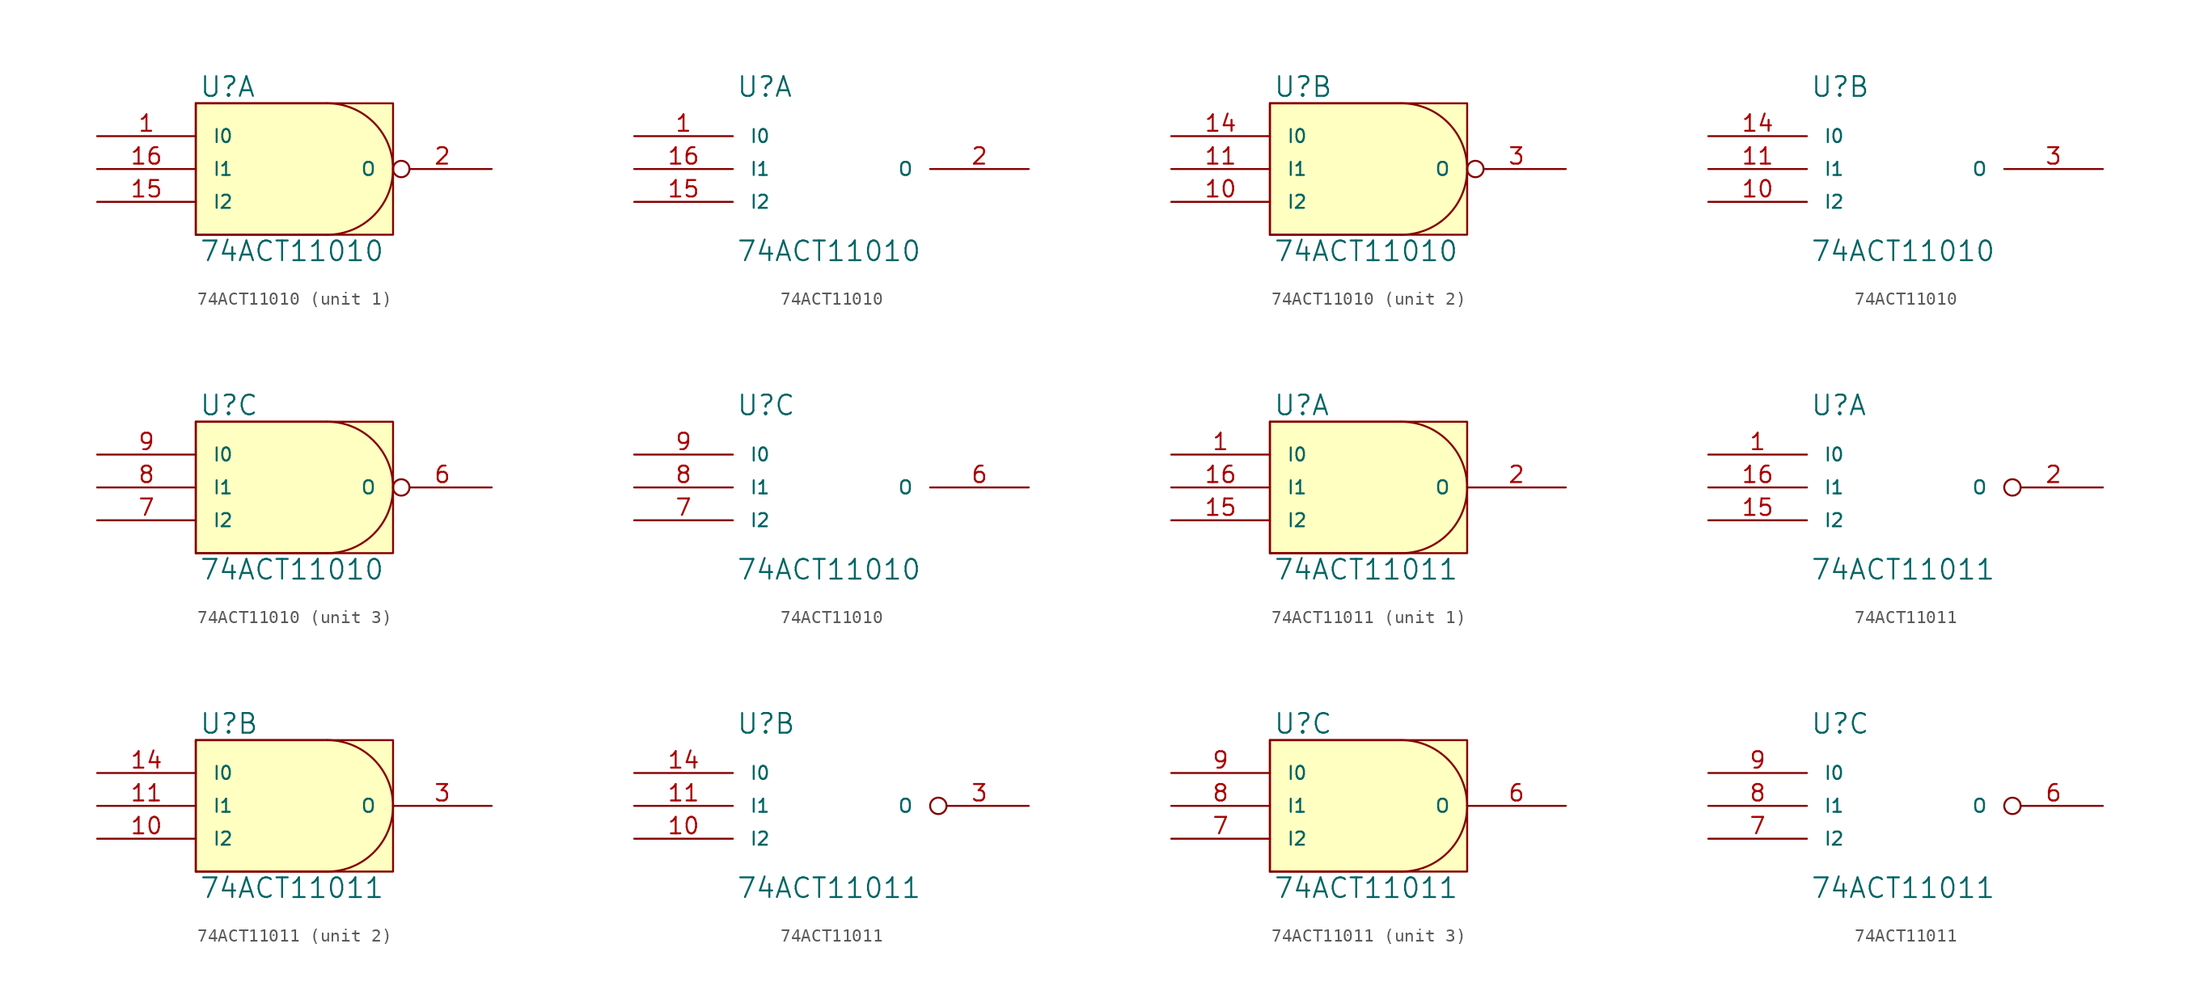
<source format=kicad_sym>
(kicad_symbol_lib
  (version 20231120)
  (generator "kicad_symbol_editor")
  (generator_version "8.0")
  (symbol "74ACT11010"
    (pin_names
      (offset 1.27))
    (property "Reference" "U"
      (at 0.254 0.381 0)
      (effects (font (size 1.524 1.524)) (justify left bottom)))
    (property "Value" "74ACT11010"
      (at 0.254 -10.541 0)
      (effects (font (size 1.524 1.524)) (justify left top)))
    (symbol "74ACT11010_0_1"
      (polyline (pts (xy 0 -10.16) (xy 10.16 -10.16)) (stroke (width 0) (type solid)) (fill (type none)))
      (polyline (pts (xy 0 0) (xy 0 -10.16)) (stroke (width 0) (type solid)) (fill (type none)))
      (polyline (pts (xy 10.16 0) (xy 0 0)) (stroke (width 0) (type solid)) (fill (type none)))
      (rectangle (start 0 0) (end 15.24 -10.16) (stroke (width 0) (type solid)) (fill (type background)))
      (arc (start 10.16 -10.16) (mid 13.7521 -8.6721) (end 15.24 -5.08) (stroke (width 0) (type solid)) (fill (type none)))
      (arc (start 15.24 -5.08) (mid 13.7521 -1.4879) (end 10.16 0) (stroke (width 0) (type solid)) (fill (type none))))
    (symbol "74ACT11010_1_1"
      (pin input line (at -7.62 -2.54 0) (length 7.62) (name "I0" (effects (font (size 1.016 1.016)))) (number "1" (effects (font (size 1.27 1.27)))))
      (pin power_in line (at 2.54 0 270) (length 0) hide (name "VCC" (effects (font (size 1.016 1.016)))) (number "12" (effects (font (size 1.27 1.27)))))
      (pin power_in line (at 0 0 270) (length 0) hide (name "VCC" (effects (font (size 1.016 1.016)))) (number "13" (effects (font (size 1.27 1.27)))))
      (pin input line (at -7.62 -7.62 0) (length 7.62) (name "I2" (effects (font (size 1.016 1.016)))) (number "15" (effects (font (size 1.27 1.27)))))
      (pin input line (at -7.62 -5.08 0) (length 7.62) (name "I1" (effects (font (size 1.016 1.016)))) (number "16" (effects (font (size 1.27 1.27)))))
      (pin output inverted (at 22.86 -5.08 180) (length 7.62) (name "O" (effects (font (size 1.016 1.016)))) (number "2" (effects (font (size 1.27 1.27)))))
      (pin power_in line (at 0 -10.16 90) (length 0) hide (name "GND" (effects (font (size 1.016 1.016)))) (number "4" (effects (font (size 1.27 1.27)))))
      (pin power_in line (at 2.54 -10.16 90) (length 0) hide (name "GND" (effects (font (size 1.016 1.016)))) (number "5" (effects (font (size 1.27 1.27))))))
    (symbol "74ACT11010_1_2"
      (pin input line (at -7.62 -2.54 0) (length 7.62) (name "I0" (effects (font (size 1.016 1.016)))) (number "1" (effects (font (size 1.27 1.27)))))
      (pin power_in line (at 2.54 0 270) (length 0) hide (name "VCC" (effects (font (size 1.016 1.016)))) (number "12" (effects (font (size 1.27 1.27)))))
      (pin power_in line (at 0 0 270) (length 0) hide (name "VCC" (effects (font (size 1.016 1.016)))) (number "13" (effects (font (size 1.27 1.27)))))
      (pin input line (at -7.62 -7.62 0) (length 7.62) (name "I2" (effects (font (size 1.016 1.016)))) (number "15" (effects (font (size 1.27 1.27)))))
      (pin input line (at -7.62 -5.08 0) (length 7.62) (name "I1" (effects (font (size 1.016 1.016)))) (number "16" (effects (font (size 1.27 1.27)))))
      (pin output line (at 22.86 -5.08 180) (length 7.62) (name "O" (effects (font (size 1.016 1.016)))) (number "2" (effects (font (size 1.27 1.27)))))
      (pin power_in line (at 0 -10.16 90) (length 0) hide (name "GND" (effects (font (size 1.016 1.016)))) (number "4" (effects (font (size 1.27 1.27)))))
      (pin power_in line (at 2.54 -10.16 90) (length 0) hide (name "GND" (effects (font (size 1.016 1.016)))) (number "5" (effects (font (size 1.27 1.27))))))
    (symbol "74ACT11010_2_1"
      (pin input line (at -7.62 -7.62 0) (length 7.62) (name "I2" (effects (font (size 1.016 1.016)))) (number "10" (effects (font (size 1.27 1.27)))))
      (pin input line (at -7.62 -5.08 0) (length 7.62) (name "I1" (effects (font (size 1.016 1.016)))) (number "11" (effects (font (size 1.27 1.27)))))
      (pin power_in line (at 2.54 0 270) (length 0) hide (name "VCC" (effects (font (size 1.016 1.016)))) (number "12" (effects (font (size 1.27 1.27)))))
      (pin power_in line (at 0 0 270) (length 0) hide (name "VCC" (effects (font (size 1.016 1.016)))) (number "13" (effects (font (size 1.27 1.27)))))
      (pin input line (at -7.62 -2.54 0) (length 7.62) (name "I0" (effects (font (size 1.016 1.016)))) (number "14" (effects (font (size 1.27 1.27)))))
      (pin output inverted (at 22.86 -5.08 180) (length 7.62) (name "O" (effects (font (size 1.016 1.016)))) (number "3" (effects (font (size 1.27 1.27)))))
      (pin power_in line (at 0 -10.16 90) (length 0) hide (name "GND" (effects (font (size 1.016 1.016)))) (number "4" (effects (font (size 1.27 1.27)))))
      (pin power_in line (at 2.54 -10.16 90) (length 0) hide (name "GND" (effects (font (size 1.016 1.016)))) (number "5" (effects (font (size 1.27 1.27))))))
    (symbol "74ACT11010_2_2"
      (pin input line (at -7.62 -7.62 0) (length 7.62) (name "I2" (effects (font (size 1.016 1.016)))) (number "10" (effects (font (size 1.27 1.27)))))
      (pin input line (at -7.62 -5.08 0) (length 7.62) (name "I1" (effects (font (size 1.016 1.016)))) (number "11" (effects (font (size 1.27 1.27)))))
      (pin power_in line (at 2.54 0 270) (length 0) hide (name "VCC" (effects (font (size 1.016 1.016)))) (number "12" (effects (font (size 1.27 1.27)))))
      (pin power_in line (at 0 0 270) (length 0) hide (name "VCC" (effects (font (size 1.016 1.016)))) (number "13" (effects (font (size 1.27 1.27)))))
      (pin input line (at -7.62 -2.54 0) (length 7.62) (name "I0" (effects (font (size 1.016 1.016)))) (number "14" (effects (font (size 1.27 1.27)))))
      (pin output line (at 22.86 -5.08 180) (length 7.62) (name "O" (effects (font (size 1.016 1.016)))) (number "3" (effects (font (size 1.27 1.27)))))
      (pin power_in line (at 0 -10.16 90) (length 0) hide (name "GND" (effects (font (size 1.016 1.016)))) (number "4" (effects (font (size 1.27 1.27)))))
      (pin power_in line (at 2.54 -10.16 90) (length 0) hide (name "GND" (effects (font (size 1.016 1.016)))) (number "5" (effects (font (size 1.27 1.27))))))
    (symbol "74ACT11010_3_1"
      (pin power_in line (at 2.54 0 270) (length 0) hide (name "VCC" (effects (font (size 1.016 1.016)))) (number "12" (effects (font (size 1.27 1.27)))))
      (pin power_in line (at 0 0 270) (length 0) hide (name "VCC" (effects (font (size 1.016 1.016)))) (number "13" (effects (font (size 1.27 1.27)))))
      (pin power_in line (at 0 -10.16 90) (length 0) hide (name "GND" (effects (font (size 1.016 1.016)))) (number "4" (effects (font (size 1.27 1.27)))))
      (pin power_in line (at 2.54 -10.16 90) (length 0) hide (name "GND" (effects (font (size 1.016 1.016)))) (number "5" (effects (font (size 1.27 1.27)))))
      (pin output inverted (at 22.86 -5.08 180) (length 7.62) (name "O" (effects (font (size 1.016 1.016)))) (number "6" (effects (font (size 1.27 1.27)))))
      (pin input line (at -7.62 -7.62 0) (length 7.62) (name "I2" (effects (font (size 1.016 1.016)))) (number "7" (effects (font (size 1.27 1.27)))))
      (pin input line (at -7.62 -5.08 0) (length 7.62) (name "I1" (effects (font (size 1.016 1.016)))) (number "8" (effects (font (size 1.27 1.27)))))
      (pin input line (at -7.62 -2.54 0) (length 7.62) (name "I0" (effects (font (size 1.016 1.016)))) (number "9" (effects (font (size 1.27 1.27))))))
    (symbol "74ACT11010_3_2"
      (pin power_in line (at 2.54 0 270) (length 0) hide (name "VCC" (effects (font (size 1.016 1.016)))) (number "12" (effects (font (size 1.27 1.27)))))
      (pin power_in line (at 0 0 270) (length 0) hide (name "VCC" (effects (font (size 1.016 1.016)))) (number "13" (effects (font (size 1.27 1.27)))))
      (pin power_in line (at 0 -10.16 90) (length 0) hide (name "GND" (effects (font (size 1.016 1.016)))) (number "4" (effects (font (size 1.27 1.27)))))
      (pin power_in line (at 2.54 -10.16 90) (length 0) hide (name "GND" (effects (font (size 1.016 1.016)))) (number "5" (effects (font (size 1.27 1.27)))))
      (pin output line (at 22.86 -5.08 180) (length 7.62) (name "O" (effects (font (size 1.016 1.016)))) (number "6" (effects (font (size 1.27 1.27)))))
      (pin input line (at -7.62 -7.62 0) (length 7.62) (name "I2" (effects (font (size 1.016 1.016)))) (number "7" (effects (font (size 1.27 1.27)))))
      (pin input line (at -7.62 -5.08 0) (length 7.62) (name "I1" (effects (font (size 1.016 1.016)))) (number "8" (effects (font (size 1.27 1.27)))))
      (pin input line (at -7.62 -2.54 0) (length 7.62) (name "I0" (effects (font (size 1.016 1.016)))) (number "9" (effects (font (size 1.27 1.27)))))))
  (symbol "74ACT11011"
    (pin_names
      (offset 1.27))
    (property "Reference" "U"
      (at 0.254 0.381 0)
      (effects (font (size 1.524 1.524)) (justify left bottom)))
    (property "Value" "74ACT11011"
      (at 0.254 -10.541 0)
      (effects (font (size 1.524 1.524)) (justify left top)))
    (symbol "74ACT11011_0_1"
      (polyline (pts (xy 0 -10.16) (xy 10.16 -10.16)) (stroke (width 0) (type solid)) (fill (type none)))
      (polyline (pts (xy 0 0) (xy 0 -10.16)) (stroke (width 0) (type solid)) (fill (type none)))
      (polyline (pts (xy 10.16 0) (xy 0 0)) (stroke (width 0) (type solid)) (fill (type none)))
      (rectangle (start 0 0) (end 15.24 -10.16) (stroke (width 0) (type solid)) (fill (type background)))
      (arc (start 10.16 -10.16) (mid 13.7521 -8.6721) (end 15.24 -5.08) (stroke (width 0) (type solid)) (fill (type none)))
      (arc (start 15.24 -5.08) (mid 13.7521 -1.4879) (end 10.16 0) (stroke (width 0) (type solid)) (fill (type none))))
    (symbol "74ACT11011_1_1"
      (pin input line (at -7.62 -2.54 0) (length 7.62) (name "I0" (effects (font (size 1.016 1.016)))) (number "1" (effects (font (size 1.27 1.27)))))
      (pin power_in line (at 2.54 0 270) (length 0) hide (name "VCC" (effects (font (size 1.016 1.016)))) (number "12" (effects (font (size 1.27 1.27)))))
      (pin power_in line (at 0 0 270) (length 0) hide (name "VCC" (effects (font (size 1.016 1.016)))) (number "13" (effects (font (size 1.27 1.27)))))
      (pin input line (at -7.62 -7.62 0) (length 7.62) (name "I2" (effects (font (size 1.016 1.016)))) (number "15" (effects (font (size 1.27 1.27)))))
      (pin input line (at -7.62 -5.08 0) (length 7.62) (name "I1" (effects (font (size 1.016 1.016)))) (number "16" (effects (font (size 1.27 1.27)))))
      (pin output line (at 22.86 -5.08 180) (length 7.62) (name "O" (effects (font (size 1.016 1.016)))) (number "2" (effects (font (size 1.27 1.27)))))
      (pin power_in line (at 0 -10.16 90) (length 0) hide (name "GND" (effects (font (size 1.016 1.016)))) (number "4" (effects (font (size 1.27 1.27)))))
      (pin power_in line (at 2.54 -10.16 90) (length 0) hide (name "GND" (effects (font (size 1.016 1.016)))) (number "5" (effects (font (size 1.27 1.27))))))
    (symbol "74ACT11011_1_2"
      (pin input line (at -7.62 -2.54 0) (length 7.62) (name "I0" (effects (font (size 1.016 1.016)))) (number "1" (effects (font (size 1.27 1.27)))))
      (pin power_in line (at 2.54 0 270) (length 0) hide (name "VCC" (effects (font (size 1.016 1.016)))) (number "12" (effects (font (size 1.27 1.27)))))
      (pin power_in line (at 0 0 270) (length 0) hide (name "VCC" (effects (font (size 1.016 1.016)))) (number "13" (effects (font (size 1.27 1.27)))))
      (pin input line (at -7.62 -7.62 0) (length 7.62) (name "I2" (effects (font (size 1.016 1.016)))) (number "15" (effects (font (size 1.27 1.27)))))
      (pin input line (at -7.62 -5.08 0) (length 7.62) (name "I1" (effects (font (size 1.016 1.016)))) (number "16" (effects (font (size 1.27 1.27)))))
      (pin output inverted (at 22.86 -5.08 180) (length 7.62) (name "O" (effects (font (size 1.016 1.016)))) (number "2" (effects (font (size 1.27 1.27)))))
      (pin power_in line (at 0 -10.16 90) (length 0) hide (name "GND" (effects (font (size 1.016 1.016)))) (number "4" (effects (font (size 1.27 1.27)))))
      (pin power_in line (at 2.54 -10.16 90) (length 0) hide (name "GND" (effects (font (size 1.016 1.016)))) (number "5" (effects (font (size 1.27 1.27))))))
    (symbol "74ACT11011_2_1"
      (pin input line (at -7.62 -7.62 0) (length 7.62) (name "I2" (effects (font (size 1.016 1.016)))) (number "10" (effects (font (size 1.27 1.27)))))
      (pin input line (at -7.62 -5.08 0) (length 7.62) (name "I1" (effects (font (size 1.016 1.016)))) (number "11" (effects (font (size 1.27 1.27)))))
      (pin power_in line (at 2.54 0 270) (length 0) hide (name "VCC" (effects (font (size 1.016 1.016)))) (number "12" (effects (font (size 1.27 1.27)))))
      (pin power_in line (at 0 0 270) (length 0) hide (name "VCC" (effects (font (size 1.016 1.016)))) (number "13" (effects (font (size 1.27 1.27)))))
      (pin input line (at -7.62 -2.54 0) (length 7.62) (name "I0" (effects (font (size 1.016 1.016)))) (number "14" (effects (font (size 1.27 1.27)))))
      (pin output line (at 22.86 -5.08 180) (length 7.62) (name "O" (effects (font (size 1.016 1.016)))) (number "3" (effects (font (size 1.27 1.27)))))
      (pin power_in line (at 0 -10.16 90) (length 0) hide (name "GND" (effects (font (size 1.016 1.016)))) (number "4" (effects (font (size 1.27 1.27)))))
      (pin power_in line (at 2.54 -10.16 90) (length 0) hide (name "GND" (effects (font (size 1.016 1.016)))) (number "5" (effects (font (size 1.27 1.27))))))
    (symbol "74ACT11011_2_2"
      (pin input line (at -7.62 -7.62 0) (length 7.62) (name "I2" (effects (font (size 1.016 1.016)))) (number "10" (effects (font (size 1.27 1.27)))))
      (pin input line (at -7.62 -5.08 0) (length 7.62) (name "I1" (effects (font (size 1.016 1.016)))) (number "11" (effects (font (size 1.27 1.27)))))
      (pin power_in line (at 2.54 0 270) (length 0) hide (name "VCC" (effects (font (size 1.016 1.016)))) (number "12" (effects (font (size 1.27 1.27)))))
      (pin power_in line (at 0 0 270) (length 0) hide (name "VCC" (effects (font (size 1.016 1.016)))) (number "13" (effects (font (size 1.27 1.27)))))
      (pin input line (at -7.62 -2.54 0) (length 7.62) (name "I0" (effects (font (size 1.016 1.016)))) (number "14" (effects (font (size 1.27 1.27)))))
      (pin output inverted (at 22.86 -5.08 180) (length 7.62) (name "O" (effects (font (size 1.016 1.016)))) (number "3" (effects (font (size 1.27 1.27)))))
      (pin power_in line (at 0 -10.16 90) (length 0) hide (name "GND" (effects (font (size 1.016 1.016)))) (number "4" (effects (font (size 1.27 1.27)))))
      (pin power_in line (at 2.54 -10.16 90) (length 0) hide (name "GND" (effects (font (size 1.016 1.016)))) (number "5" (effects (font (size 1.27 1.27))))))
    (symbol "74ACT11011_3_1"
      (pin power_in line (at 2.54 0 270) (length 0) hide (name "VCC" (effects (font (size 1.016 1.016)))) (number "12" (effects (font (size 1.27 1.27)))))
      (pin power_in line (at 0 0 270) (length 0) hide (name "VCC" (effects (font (size 1.016 1.016)))) (number "13" (effects (font (size 1.27 1.27)))))
      (pin power_in line (at 0 -10.16 90) (length 0) hide (name "GND" (effects (font (size 1.016 1.016)))) (number "4" (effects (font (size 1.27 1.27)))))
      (pin power_in line (at 2.54 -10.16 90) (length 0) hide (name "GND" (effects (font (size 1.016 1.016)))) (number "5" (effects (font (size 1.27 1.27)))))
      (pin output line (at 22.86 -5.08 180) (length 7.62) (name "O" (effects (font (size 1.016 1.016)))) (number "6" (effects (font (size 1.27 1.27)))))
      (pin input line (at -7.62 -7.62 0) (length 7.62) (name "I2" (effects (font (size 1.016 1.016)))) (number "7" (effects (font (size 1.27 1.27)))))
      (pin input line (at -7.62 -5.08 0) (length 7.62) (name "I1" (effects (font (size 1.016 1.016)))) (number "8" (effects (font (size 1.27 1.27)))))
      (pin input line (at -7.62 -2.54 0) (length 7.62) (name "I0" (effects (font (size 1.016 1.016)))) (number "9" (effects (font (size 1.27 1.27))))))
    (symbol "74ACT11011_3_2"
      (pin power_in line (at 2.54 0 270) (length 0) hide (name "VCC" (effects (font (size 1.016 1.016)))) (number "12" (effects (font (size 1.27 1.27)))))
      (pin power_in line (at 0 0 270) (length 0) hide (name "VCC" (effects (font (size 1.016 1.016)))) (number "13" (effects (font (size 1.27 1.27)))))
      (pin power_in line (at 0 -10.16 90) (length 0) hide (name "GND" (effects (font (size 1.016 1.016)))) (number "4" (effects (font (size 1.27 1.27)))))
      (pin power_in line (at 2.54 -10.16 90) (length 0) hide (name "GND" (effects (font (size 1.016 1.016)))) (number "5" (effects (font (size 1.27 1.27)))))
      (pin output inverted (at 22.86 -5.08 180) (length 7.62) (name "O" (effects (font (size 1.016 1.016)))) (number "6" (effects (font (size 1.27 1.27)))))
      (pin input line (at -7.62 -7.62 0) (length 7.62) (name "I2" (effects (font (size 1.016 1.016)))) (number "7" (effects (font (size 1.27 1.27)))))
      (pin input line (at -7.62 -5.08 0) (length 7.62) (name "I1" (effects (font (size 1.016 1.016)))) (number "8" (effects (font (size 1.27 1.27)))))
      (pin input line (at -7.62 -2.54 0) (length 7.62) (name "I0" (effects (font (size 1.016 1.016)))) (number "9" (effects (font (size 1.27 1.27))))))))
</source>
